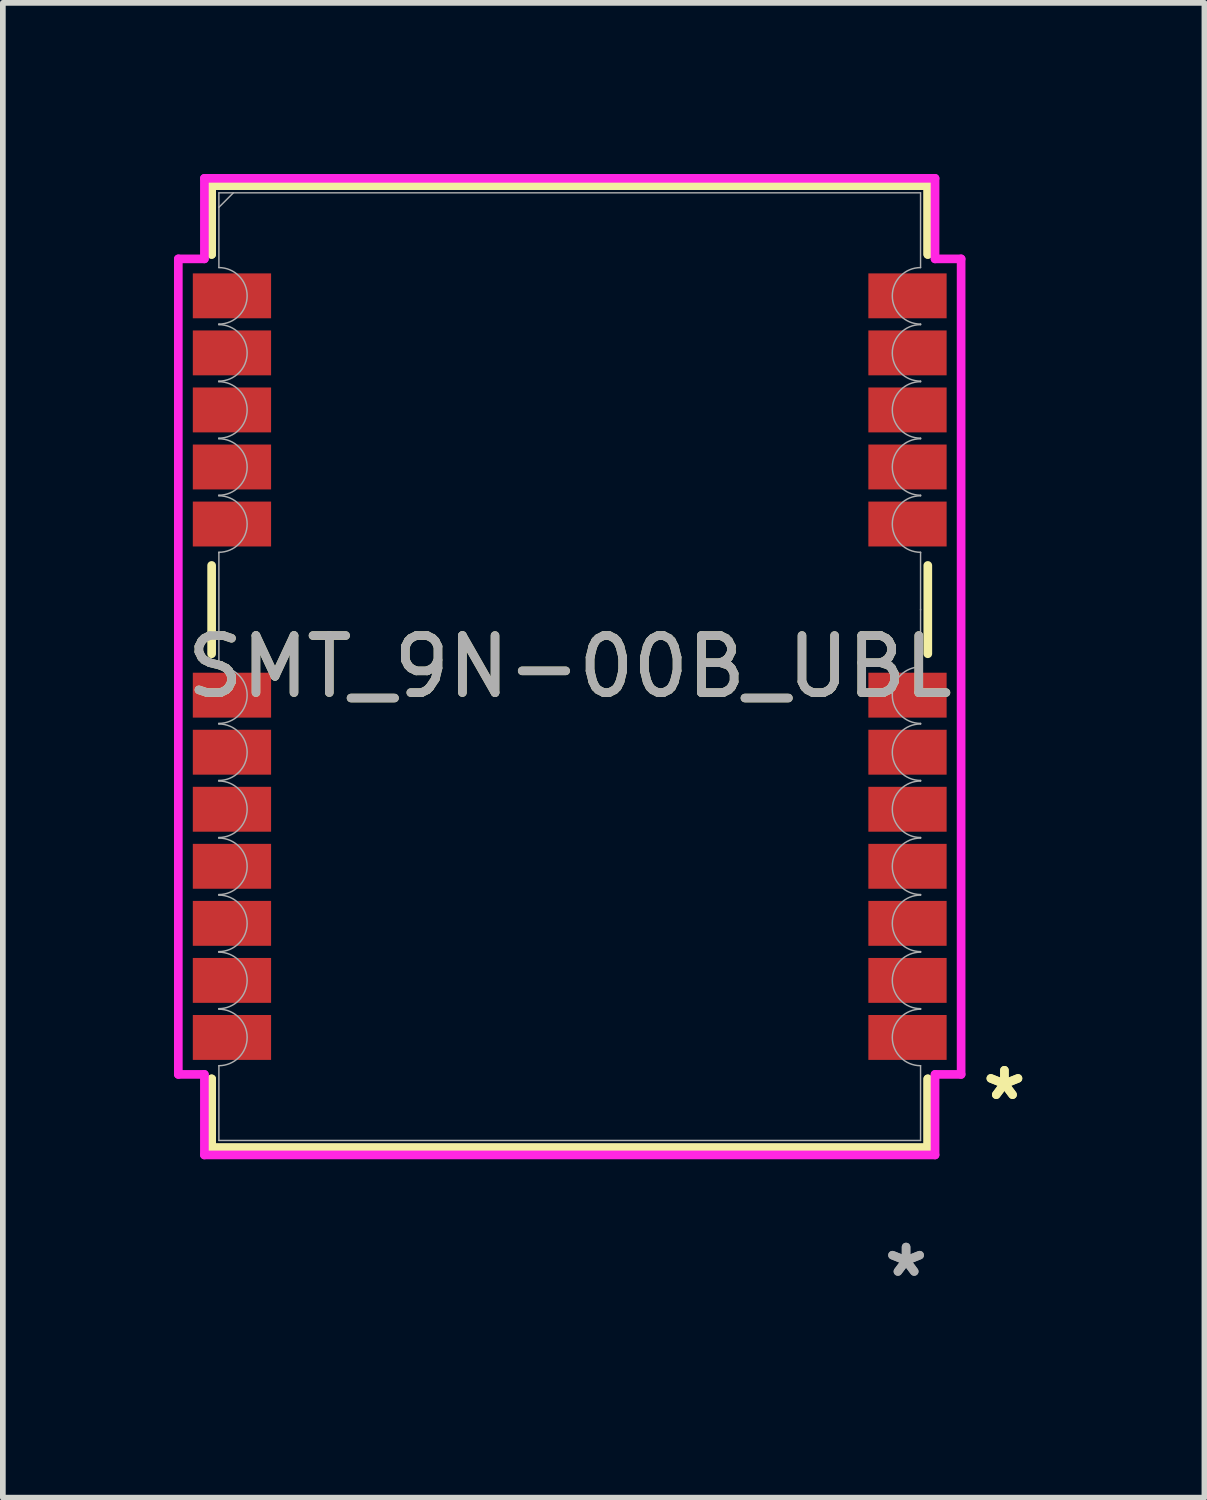
<source format=kicad_pcb>
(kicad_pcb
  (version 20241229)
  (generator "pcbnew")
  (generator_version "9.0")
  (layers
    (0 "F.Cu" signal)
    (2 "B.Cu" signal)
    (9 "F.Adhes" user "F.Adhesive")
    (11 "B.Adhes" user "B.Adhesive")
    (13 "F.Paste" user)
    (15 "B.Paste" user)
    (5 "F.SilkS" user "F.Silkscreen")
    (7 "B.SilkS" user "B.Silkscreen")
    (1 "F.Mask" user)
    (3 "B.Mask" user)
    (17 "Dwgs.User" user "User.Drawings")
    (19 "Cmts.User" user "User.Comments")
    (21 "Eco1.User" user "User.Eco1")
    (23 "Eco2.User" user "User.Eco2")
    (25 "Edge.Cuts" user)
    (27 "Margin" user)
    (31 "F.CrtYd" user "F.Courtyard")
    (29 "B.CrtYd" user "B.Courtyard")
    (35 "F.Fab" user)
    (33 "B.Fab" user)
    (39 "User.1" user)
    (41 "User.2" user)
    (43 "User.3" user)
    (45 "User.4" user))
  (footprint "SMT_9N-00B_UBL"
    (layer "F.Cu")
    (at 6.937 8.636)
    (property "Reference" "SMT_9N-00B_UBL" (at 0 0 0) (unlocked yes) (layer "F.SilkS") (effects (font (size 1 1) (thickness 0.15))))
    (attr smd)
    (fp_line (start -6.277 -8.433) (end -6.277 -7.226) (stroke (width 0.152) (type solid)) (layer "F.SilkS"))
    (fp_line (start -6.277 -8.433) (end 6.277 -8.433) (stroke (width 0.152) (type solid)) (layer "F.SilkS"))
    (fp_line (start -6.277 -7.226) (end -6.277 -8.433) (stroke (width 0.152) (type solid)) (layer "F.SilkS"))
    (fp_line (start -6.277 -1.774) (end -6.277 -0.226) (stroke (width 0.152) (type solid)) (layer "F.SilkS"))
    (fp_line (start -6.277 7.226) (end -6.277 8.433) (stroke (width 0.152) (type solid)) (layer "F.SilkS"))
    (fp_line (start -6.277 7.226) (end -6.277 8.433) (stroke (width 0.152) (type solid)) (layer "F.SilkS"))
    (fp_line (start -6.277 8.433) (end 6.277 8.433) (stroke (width 0.152) (type solid)) (layer "F.SilkS"))
    (fp_line (start -6.277 8.433) (end 6.277 8.433) (stroke (width 0.152) (type solid)) (layer "F.SilkS"))
    (fp_line (start 6.277 -8.433) (end -6.277 -8.433) (stroke (width 0.152) (type solid)) (layer "F.SilkS"))
    (fp_line (start 6.277 -7.226) (end 6.277 -8.433) (stroke (width 0.152) (type solid)) (layer "F.SilkS"))
    (fp_line (start 6.277 -7.226) (end 6.277 -8.433) (stroke (width 0.152) (type solid)) (layer "F.SilkS"))
    (fp_line (start 6.277 -0.226) (end 6.277 -1.774) (stroke (width 0.152) (type solid)) (layer "F.SilkS"))
    (fp_line (start 6.277 7.226) (end 6.277 8.433) (stroke (width 0.152) (type solid)) (layer "F.SilkS"))
    (fp_line (start 6.277 8.433) (end 6.277 7.226) (stroke (width 0.152) (type solid)) (layer "F.SilkS"))
    (fp_line (start -6.861 -7.148) (end -6.404 -7.148) (stroke (width 0.152) (type solid)) (layer "F.CrtYd"))
    (fp_line (start -6.861 7.148) (end -6.861 -7.148) (stroke (width 0.152) (type solid)) (layer "F.CrtYd"))
    (fp_line (start -6.861 7.148) (end -6.404 7.148) (stroke (width 0.152) (type solid)) (layer "F.CrtYd"))
    (fp_line (start -6.404 -8.56) (end 6.404 -8.56) (stroke (width 0.152) (type solid)) (layer "F.CrtYd"))
    (fp_line (start -6.404 -7.148) (end -6.404 -8.56) (stroke (width 0.152) (type solid)) (layer "F.CrtYd"))
    (fp_line (start -6.404 8.56) (end -6.404 7.148) (stroke (width 0.152) (type solid)) (layer "F.CrtYd"))
    (fp_line (start 6.404 -8.56) (end 6.404 -7.148) (stroke (width 0.152) (type solid)) (layer "F.CrtYd"))
    (fp_line (start 6.404 7.148) (end 6.404 8.56) (stroke (width 0.152) (type solid)) (layer "F.CrtYd"))
    (fp_line (start 6.404 8.56) (end -6.404 8.56) (stroke (width 0.152) (type solid)) (layer "F.CrtYd"))
    (fp_line (start 6.861 -7.148) (end 6.404 -7.148) (stroke (width 0.152) (type solid)) (layer "F.CrtYd"))
    (fp_line (start 6.861 -7.148) (end 6.861 7.148) (stroke (width 0.152) (type solid)) (layer "F.CrtYd"))
    (fp_line (start 6.861 7.148) (end 6.404 7.148) (stroke (width 0.152) (type solid)) (layer "F.CrtYd"))
    (fp_line (start -6.15 -8.306) (end 6.15 -8.306) (stroke (width 0.025) (type solid)) (layer "F.Fab"))
    (fp_line (start -6.15 -6.995) (end -6.15 -8.306) (stroke (width 0.025) (type solid)) (layer "F.Fab"))
    (fp_line (start -6.15 6.995) (end -6.15 8.306) (stroke (width 0.025) (type solid)) (layer "F.Fab"))
    (fp_line (start -6.15 8.306) (end 6.15 8.306) (stroke (width 0.025) (type solid)) (layer "F.Fab"))
    (fp_line (start -6.15 -6.005) (end -6.15 -5.995) (stroke (width 0.025) (type solid)) (layer "F.Fab"))
    (fp_line (start -6.15 -5.005) (end -6.15 -4.995) (stroke (width 0.025) (type solid)) (layer "F.Fab"))
    (fp_line (start -6.15 -4.005) (end -6.15 -3.995) (stroke (width 0.025) (type solid)) (layer "F.Fab"))
    (fp_line (start -6.15 -3.005) (end -6.15 -2.995) (stroke (width 0.025) (type solid)) (layer "F.Fab"))
    (fp_line (start -6.15 -2.005) (end -6.15 -1.995) (stroke (width 0.025) (type solid)) (layer "F.Fab"))
    (fp_line (start -6.15 -0.005) (end -6.15 -1.995) (stroke (width 0.025) (type solid)) (layer "F.Fab"))
    (fp_line (start -6.15 -0.005) (end -6.15 0.005) (stroke (width 0.025) (type solid)) (layer "F.Fab"))
    (fp_line (start -6.15 0.995) (end -6.15 1.005) (stroke (width 0.025) (type solid)) (layer "F.Fab"))
    (fp_line (start -6.15 1.995) (end -6.15 2.005) (stroke (width 0.025) (type solid)) (layer "F.Fab"))
    (fp_line (start -6.15 2.995) (end -6.15 3.005) (stroke (width 0.025) (type solid)) (layer "F.Fab"))
    (fp_line (start -6.15 3.995) (end -6.15 4.005) (stroke (width 0.025) (type solid)) (layer "F.Fab"))
    (fp_line (start -6.15 4.995) (end -6.15 5.005) (stroke (width 0.025) (type solid)) (layer "F.Fab"))
    (fp_line (start -6.15 5.995) (end -6.15 6.005) (stroke (width 0.025) (type solid)) (layer "F.Fab"))
    (fp_line (start -5.896 -8.306) (end -6.15 -8.052) (stroke (width 0.025) (type solid)) (layer "F.Fab"))
    (fp_line (start 6.15 -6.005) (end 6.15 -5.995) (stroke (width 0.025) (type solid)) (layer "F.Fab"))
    (fp_line (start 6.15 -5.005) (end 6.15 -4.995) (stroke (width 0.025) (type solid)) (layer "F.Fab"))
    (fp_line (start 6.15 -4.005) (end 6.15 -3.995) (stroke (width 0.025) (type solid)) (layer "F.Fab"))
    (fp_line (start 6.15 -3.005) (end 6.15 -2.995) (stroke (width 0.025) (type solid)) (layer "F.Fab"))
    (fp_line (start 6.15 -2.005) (end 6.15 -1.995) (stroke (width 0.025) (type solid)) (layer "F.Fab"))
    (fp_line (start 6.15 -1.005) (end 6.15 -0.995) (stroke (width 0.025) (type solid)) (layer "F.Fab"))
    (fp_line (start 6.15 -0.005) (end 6.15 -1.995) (stroke (width 0.025) (type solid)) (layer "F.Fab"))
    (fp_line (start 6.15 -0.005) (end 6.15 0.005) (stroke (width 0.025) (type solid)) (layer "F.Fab"))
    (fp_line (start 6.15 0.995) (end 6.15 1.005) (stroke (width 0.025) (type solid)) (layer "F.Fab"))
    (fp_line (start 6.15 1.995) (end 6.15 2.005) (stroke (width 0.025) (type solid)) (layer "F.Fab"))
    (fp_line (start 6.15 2.995) (end 6.15 3.005) (stroke (width 0.025) (type solid)) (layer "F.Fab"))
    (fp_line (start 6.15 3.995) (end 6.15 4.005) (stroke (width 0.025) (type solid)) (layer "F.Fab"))
    (fp_line (start 6.15 4.995) (end 6.15 5.005) (stroke (width 0.025) (type solid)) (layer "F.Fab"))
    (fp_line (start 6.15 5.995) (end 6.15 6.005) (stroke (width 0.025) (type solid)) (layer "F.Fab"))
    (fp_line (start 6.15 -6.995) (end 6.15 -8.306) (stroke (width 0.025) (type solid)) (layer "F.Fab"))
    (fp_line (start 6.15 6.995) (end 6.15 8.306) (stroke (width 0.025) (type solid)) (layer "F.Fab"))
    (fp_arc (start -6.15 -6.9953) (mid -5.6547 -6.5) (end -6.15 -6.0047) (stroke (width 0.0254) (type solid)) (layer "F.Fab"))
    (fp_arc (start -6.15 -5.995299) (mid -5.6547 -5.499999) (end -6.15 -5.004699) (stroke (width 0.0254) (type solid)) (layer "F.Fab"))
    (fp_arc (start -6.15 -4.995299) (mid -5.6547 -4.499999) (end -6.15 -4.004699) (stroke (width 0.0254) (type solid)) (layer "F.Fab"))
    (fp_arc (start -6.15 -3.995301) (mid -5.6547 -3.500001) (end -6.15 -3.004701) (stroke (width 0.0254) (type solid)) (layer "F.Fab"))
    (fp_arc (start -6.15 -2.9953) (mid -5.6547 -2.5) (end -6.15 -2.0047) (stroke (width 0.0254) (type solid)) (layer "F.Fab"))
    (fp_arc (start -6.15 0.004702) (mid -5.6547 0.500002) (end -6.15 0.995302) (stroke (width 0.0254) (type solid)) (layer "F.Fab"))
    (fp_arc (start -6.15 1.0047) (mid -5.6547 1.5) (end -6.15 1.9953) (stroke (width 0.0254) (type solid)) (layer "F.Fab"))
    (fp_arc (start -6.15 2.0047) (mid -5.6547 2.5) (end -6.15 2.9953) (stroke (width 0.0254) (type solid)) (layer "F.Fab"))
    (fp_arc (start -6.15 3.004701) (mid -5.6547 3.500001) (end -6.15 3.995301) (stroke (width 0.0254) (type solid)) (layer "F.Fab"))
    (fp_arc (start -6.15 4.004701) (mid -5.6547 4.500001) (end -6.15 4.995301) (stroke (width 0.0254) (type solid)) (layer "F.Fab"))
    (fp_arc (start -6.15 5.004699) (mid -5.6547 5.499999) (end -6.15 5.995299) (stroke (width 0.0254) (type solid)) (layer "F.Fab"))
    (fp_arc (start -6.15 6.0047) (mid -5.6547 6.5) (end -6.15 6.9953) (stroke (width 0.0254) (type solid)) (layer "F.Fab"))
    (fp_arc (start 6.15 -6.0047) (mid 5.6547 -6.5) (end 6.15 -6.9953) (stroke (width 0.0254) (type solid)) (layer "F.Fab"))
    (fp_arc (start 6.15 -5.004699) (mid 5.6547 -5.499999) (end 6.15 -5.995299) (stroke (width 0.0254) (type solid)) (layer "F.Fab"))
    (fp_arc (start 6.15 -4.004699) (mid 5.6547 -4.499999) (end 6.15 -4.995299) (stroke (width 0.0254) (type solid)) (layer "F.Fab"))
    (fp_arc (start 6.15 -3.004701) (mid 5.6547 -3.500001) (end 6.15 -3.995301) (stroke (width 0.0254) (type solid)) (layer "F.Fab"))
    (fp_arc (start 6.15 -2.0047) (mid 5.6547 -2.5) (end 6.15 -2.9953) (stroke (width 0.0254) (type solid)) (layer "F.Fab"))
    (fp_arc (start 6.15 0.995302) (mid 5.6547 0.500002) (end 6.15 0.004702) (stroke (width 0.0254) (type solid)) (layer "F.Fab"))
    (fp_arc (start 6.15 1.9953) (mid 5.6547 1.5) (end 6.15 1.0047) (stroke (width 0.0254) (type solid)) (layer "F.Fab"))
    (fp_arc (start 6.15 2.9953) (mid 5.6547 2.5) (end 6.15 2.0047) (stroke (width 0.0254) (type solid)) (layer "F.Fab"))
    (fp_arc (start 6.15 3.995301) (mid 5.6547 3.500001) (end 6.15 3.004701) (stroke (width 0.0254) (type solid)) (layer "F.Fab"))
    (fp_arc (start 6.15 4.995301) (mid 5.6547 4.500001) (end 6.15 4.004701) (stroke (width 0.0254) (type solid)) (layer "F.Fab"))
    (fp_arc (start 6.15 5.995299) (mid 5.6547 5.499999) (end 6.15 5.004699) (stroke (width 0.0254) (type solid)) (layer "F.Fab"))
    (fp_arc (start 6.15 6.9953) (mid 5.6547 6.5) (end 6.15 6.0047) (stroke (width 0.0254) (type solid)) (layer "F.Fab"))
    (fp_text user "*" (at 7.62 7.62 0) (layer "F.SilkS") (effects (font (size 1 1) (thickness 0.15))))
    (fp_text user "*" (at 7.62 7.62 0) (unlocked yes) (layer "F.SilkS") (effects (font (size 1 1) (thickness 0.15))))
    (fp_text user "*" (at 5.896 10.719 0) (layer "F.Fab") (effects (font (size 1 1) (thickness 0.15))))
    (fp_text user "${REFERENCE}" (at 0 0 0) (unlocked yes) (layer "F.Fab") (effects (font (size 1 1) (thickness 0.15))))
    (fp_text user "*" (at 5.896 10.719 0) (unlocked yes) (layer "F.Fab") (effects (font (size 1 1) (thickness 0.15))))
    (pad "1" smd rect (at 5.921 6.5) (size 1.372 0.787) (layers "F.Cu" "F.Mask" "F.Paste"))
    (pad "2" smd rect (at 5.921 5.5) (size 1.372 0.787) (layers "F.Cu" "F.Mask" "F.Paste"))
    (pad "3" smd rect (at 5.921 4.5) (size 1.372 0.787) (layers "F.Cu" "F.Mask" "F.Paste"))
    (pad "4" smd rect (at 5.921 3.5) (size 1.372 0.787) (layers "F.Cu" "F.Mask" "F.Paste"))
    (pad "5" smd rect (at 5.921 2.5) (size 1.372 0.787) (layers "F.Cu" "F.Mask" "F.Paste"))
    (pad "6" smd rect (at 5.921 1.5) (size 1.372 0.787) (layers "F.Cu" "F.Mask" "F.Paste"))
    (pad "7" smd rect (at 5.921 0.5) (size 1.372 0.787) (layers "F.Cu" "F.Mask" "F.Paste"))
    (pad "8" smd rect (at 5.921 -2.5) (size 1.372 0.787) (layers "F.Cu" "F.Mask" "F.Paste"))
    (pad "9" smd rect (at 5.921 -3.5) (size 1.372 0.787) (layers "F.Cu" "F.Mask" "F.Paste"))
    (pad "10" smd rect (at 5.921 -4.5) (size 1.372 0.787) (layers "F.Cu" "F.Mask" "F.Paste"))
    (pad "11" smd rect (at 5.921 -5.5) (size 1.372 0.787) (layers "F.Cu" "F.Mask" "F.Paste"))
    (pad "12" smd rect (at 5.921 -6.5) (size 1.372 0.787) (layers "F.Cu" "F.Mask" "F.Paste"))
    (pad "13" smd rect (at -5.921 -6.5) (size 1.372 0.787) (layers "F.Cu" "F.Mask" "F.Paste"))
    (pad "14" smd rect (at -5.921 -5.5) (size 1.372 0.787) (layers "F.Cu" "F.Mask" "F.Paste"))
    (pad "15" smd rect (at -5.921 -4.5) (size 1.372 0.787) (layers "F.Cu" "F.Mask" "F.Paste"))
    (pad "16" smd rect (at -5.921 -3.5) (size 1.372 0.787) (layers "F.Cu" "F.Mask" "F.Paste"))
    (pad "17" smd rect (at -5.921 -2.5) (size 1.372 0.787) (layers "F.Cu" "F.Mask" "F.Paste"))
    (pad "18" smd rect (at -5.921 0.5) (size 1.372 0.787) (layers "F.Cu" "F.Mask" "F.Paste"))
    (pad "19" smd rect (at -5.921 1.5) (size 1.372 0.787) (layers "F.Cu" "F.Mask" "F.Paste"))
    (pad "20" smd rect (at -5.921 2.5) (size 1.372 0.787) (layers "F.Cu" "F.Mask" "F.Paste"))
    (pad "21" smd rect (at -5.921 3.5) (size 1.372 0.787) (layers "F.Cu" "F.Mask" "F.Paste"))
    (pad "22" smd rect (at -5.921 4.5) (size 1.372 0.787) (layers "F.Cu" "F.Mask" "F.Paste"))
    (pad "23" smd rect (at -5.921 5.5) (size 1.372 0.787) (layers "F.Cu" "F.Mask" "F.Paste"))
    (pad "24" smd rect (at -5.921 6.5) (size 1.372 0.787) (layers "F.Cu" "F.Mask" "F.Paste")))
  (gr_rect
    (start -3 -3)
    (end 18.063 23.203)
    (stroke (width 0.1) (type default))
    (fill no)
    (layer "Edge.Cuts")))
</source>
